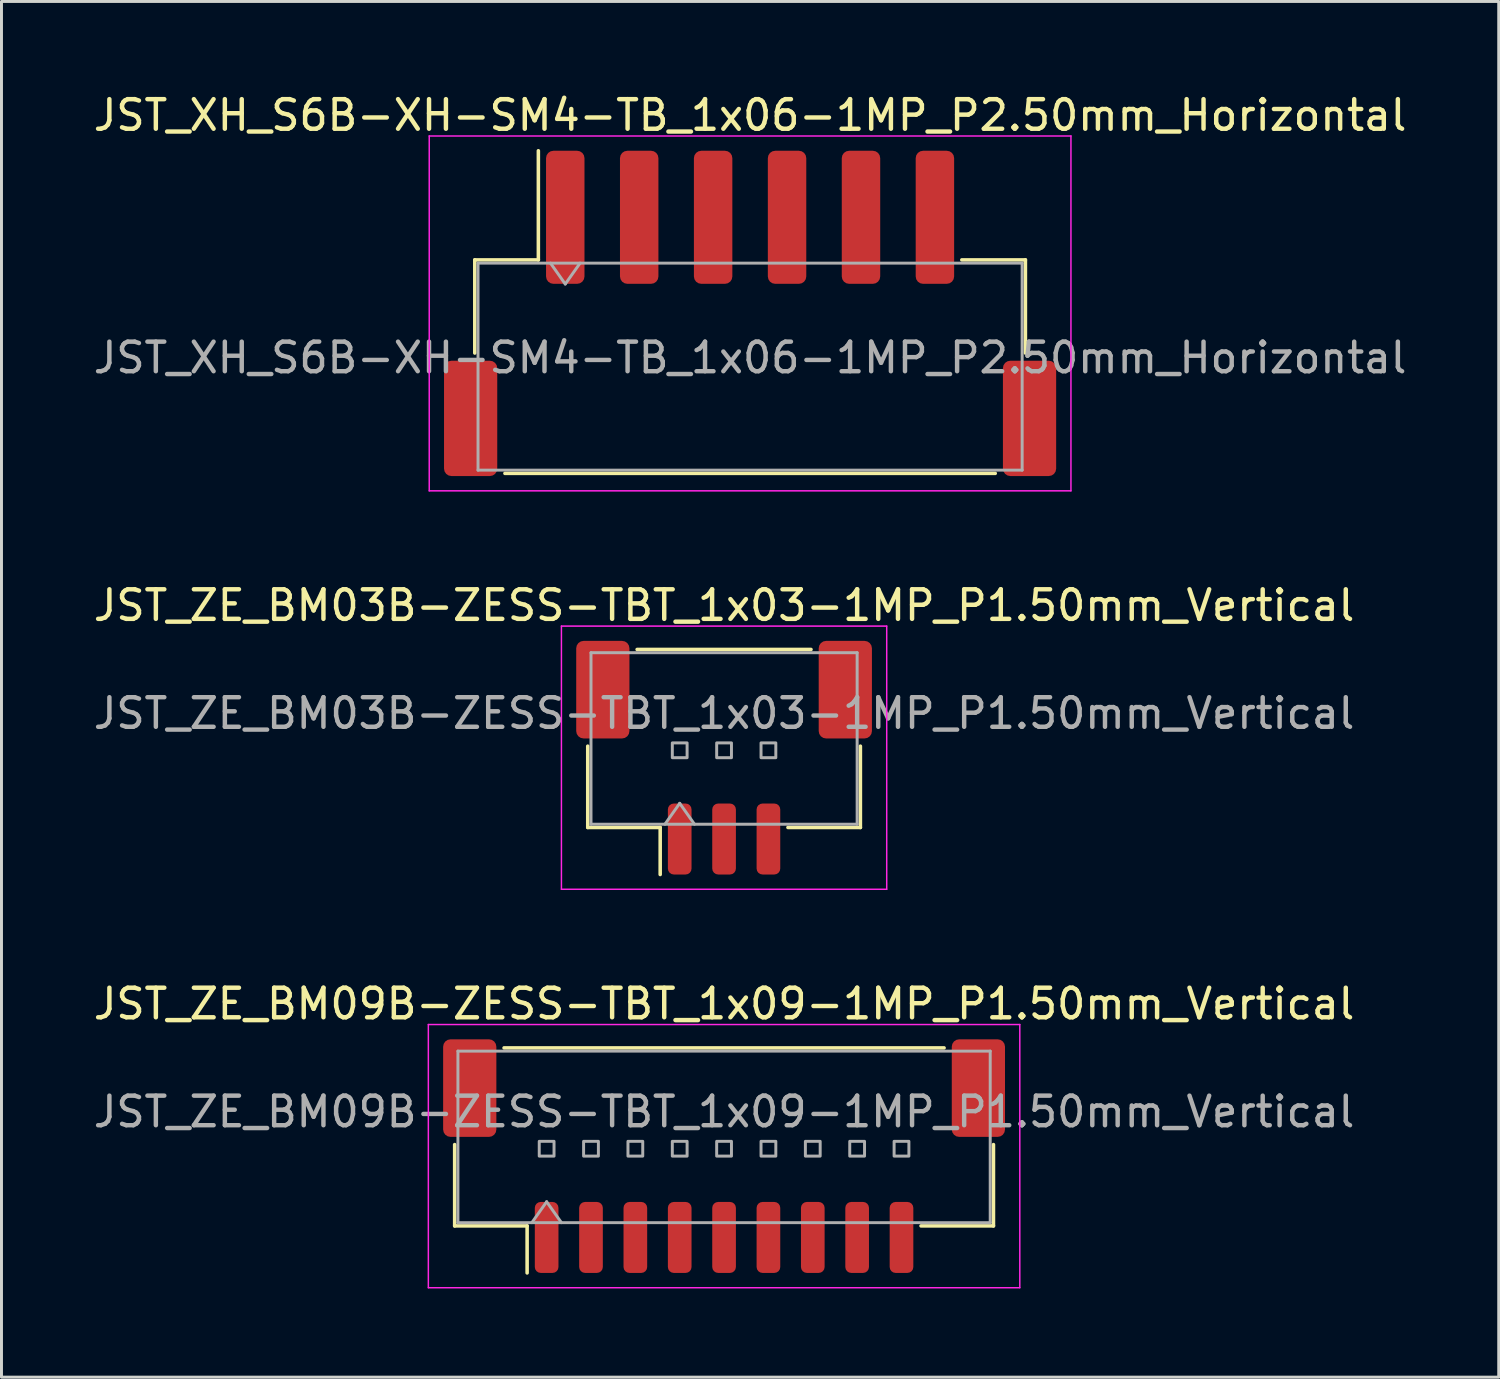
<source format=kicad_pcb>
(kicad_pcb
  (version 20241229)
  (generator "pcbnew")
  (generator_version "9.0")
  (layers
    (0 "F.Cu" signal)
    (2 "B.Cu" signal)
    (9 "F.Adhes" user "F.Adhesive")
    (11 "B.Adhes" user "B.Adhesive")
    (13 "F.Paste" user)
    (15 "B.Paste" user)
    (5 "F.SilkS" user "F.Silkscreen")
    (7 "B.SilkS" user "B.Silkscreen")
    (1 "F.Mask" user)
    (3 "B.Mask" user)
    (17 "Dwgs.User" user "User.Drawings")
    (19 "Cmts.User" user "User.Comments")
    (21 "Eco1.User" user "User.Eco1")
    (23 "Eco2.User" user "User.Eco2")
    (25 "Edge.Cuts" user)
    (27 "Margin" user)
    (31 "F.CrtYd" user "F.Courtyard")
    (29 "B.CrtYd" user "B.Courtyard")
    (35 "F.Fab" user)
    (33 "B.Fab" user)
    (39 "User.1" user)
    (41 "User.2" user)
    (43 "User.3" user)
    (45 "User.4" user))
  (footprint "JST_XH_S6B-XH-SM4-TB_1x06-1MP_P2.50mm_Horizontal"
    (layer "F.Cu")
    (at 22.315 7.548)
    (property "Reference" "JST_XH_S6B-XH-SM4-TB_1x06-1MP_P2.50mm_Horizontal" (at 0 -6.7 0) (layer "F.SilkS") (effects (font (size 1 1) (thickness 0.15))))
    (attr smd)
    (fp_line (start -9.31 -1.81) (end -7.16 -1.81) (stroke (width 0.12) (type solid)) (layer "F.SilkS"))
    (fp_line (start -9.31 1.34) (end -9.31 -1.81) (stroke (width 0.12) (type solid)) (layer "F.SilkS"))
    (fp_line (start -8.29 5.41) (end 8.29 5.41) (stroke (width 0.12) (type solid)) (layer "F.SilkS"))
    (fp_line (start -7.16 -1.81) (end -7.16 -5.5) (stroke (width 0.12) (type solid)) (layer "F.SilkS"))
    (fp_line (start 9.31 -1.81) (end 7.16 -1.81) (stroke (width 0.12) (type solid)) (layer "F.SilkS"))
    (fp_line (start 9.31 1.34) (end 9.31 -1.81) (stroke (width 0.12) (type solid)) (layer "F.SilkS"))
    (fp_line (start -10.85 -6) (end -10.85 6) (stroke (width 0.05) (type solid)) (layer "F.CrtYd"))
    (fp_line (start -10.85 6) (end 10.85 6) (stroke (width 0.05) (type solid)) (layer "F.CrtYd"))
    (fp_line (start 10.85 -6) (end -10.85 -6) (stroke (width 0.05) (type solid)) (layer "F.CrtYd"))
    (fp_line (start 10.85 6) (end 10.85 -6) (stroke (width 0.05) (type solid)) (layer "F.CrtYd"))
    (fp_line (start -9.2 -1.7) (end -9.2 5.3) (stroke (width 0.1) (type solid)) (layer "F.Fab"))
    (fp_line (start -9.2 -1.7) (end 9.2 -1.7) (stroke (width 0.1) (type solid)) (layer "F.Fab"))
    (fp_line (start -9.2 5.3) (end 9.2 5.3) (stroke (width 0.1) (type solid)) (layer "F.Fab"))
    (fp_line (start -6.75 -1.7) (end -6.25 -0.993) (stroke (width 0.1) (type solid)) (layer "F.Fab"))
    (fp_line (start -6.25 -0.993) (end -5.75 -1.7) (stroke (width 0.1) (type solid)) (layer "F.Fab"))
    (fp_line (start 9.2 -1.7) (end 9.2 5.3) (stroke (width 0.1) (type solid)) (layer "F.Fab"))
    (fp_text user "${REFERENCE}" (at 0 1.5 0) (layer "F.Fab") (effects (font (size 1 1) (thickness 0.15))))
    (pad "1" smd roundrect (at -6.25 -3.25) (size 1.3 4.5) (layers "F.Cu" "F.Mask" "F.Paste") (roundrect_rratio 0.192))
    (pad "2" smd roundrect (at -3.75 -3.25) (size 1.3 4.5) (layers "F.Cu" "F.Mask" "F.Paste") (roundrect_rratio 0.192))
    (pad "3" smd roundrect (at -1.25 -3.25) (size 1.3 4.5) (layers "F.Cu" "F.Mask" "F.Paste") (roundrect_rratio 0.192))
    (pad "4" smd roundrect (at 1.25 -3.25) (size 1.3 4.5) (layers "F.Cu" "F.Mask" "F.Paste") (roundrect_rratio 0.192))
    (pad "5" smd roundrect (at 3.75 -3.25) (size 1.3 4.5) (layers "F.Cu" "F.Mask" "F.Paste") (roundrect_rratio 0.192))
    (pad "6" smd roundrect (at 6.25 -3.25) (size 1.3 4.5) (layers "F.Cu" "F.Mask" "F.Paste") (roundrect_rratio 0.192))
    (pad "MP" smd roundrect (at -9.45 3.55) (size 1.8 3.9) (layers "F.Cu" "F.Mask" "F.Paste") (roundrect_rratio 0.139))
    (pad "MP" smd roundrect (at 9.45 3.55) (size 1.8 3.9) (layers "F.Cu" "F.Mask" "F.Paste") (roundrect_rratio 0.139)))
  (footprint "JST_ZE_BM09B-ZESS-TBT_1x09-1MP_P1.50mm_Vertical"
    (layer "F.Cu")
    (at 21.435 36.045)
    (property "Reference" "JST_ZE_BM09B-ZESS-TBT_1x09-1MP_P1.50mm_Vertical" (at 0 -5.15 0) (layer "F.SilkS") (effects (font (size 1 1) (thickness 0.15))))
    (attr smd)
    (fp_line (start -9.11 -0.39) (end -9.11 2.36) (stroke (width 0.12) (type solid)) (layer "F.SilkS"))
    (fp_line (start -9.11 2.36) (end -6.66 2.36) (stroke (width 0.12) (type solid)) (layer "F.SilkS"))
    (fp_line (start -7.44 -3.66) (end 7.44 -3.66) (stroke (width 0.12) (type solid)) (layer "F.SilkS"))
    (fp_line (start -6.66 2.36) (end -6.66 3.95) (stroke (width 0.12) (type solid)) (layer "F.SilkS"))
    (fp_line (start 9.11 -0.39) (end 9.11 2.36) (stroke (width 0.12) (type solid)) (layer "F.SilkS"))
    (fp_line (start 9.11 2.36) (end 6.66 2.36) (stroke (width 0.12) (type solid)) (layer "F.SilkS"))
    (fp_line (start -10 -4.45) (end -10 4.45) (stroke (width 0.05) (type solid)) (layer "F.CrtYd"))
    (fp_line (start -10 4.45) (end 10 4.45) (stroke (width 0.05) (type solid)) (layer "F.CrtYd"))
    (fp_line (start 10 -4.45) (end -10 -4.45) (stroke (width 0.05) (type solid)) (layer "F.CrtYd"))
    (fp_line (start 10 4.45) (end 10 -4.45) (stroke (width 0.05) (type solid)) (layer "F.CrtYd"))
    (fp_line (start -9 -3.55) (end 9 -3.55) (stroke (width 0.1) (type solid)) (layer "F.Fab"))
    (fp_line (start -9 2.25) (end -9 -3.55) (stroke (width 0.1) (type solid)) (layer "F.Fab"))
    (fp_line (start -9 2.25) (end 9 2.25) (stroke (width 0.1) (type solid)) (layer "F.Fab"))
    (fp_line (start -6.5 2.25) (end -6 1.543) (stroke (width 0.1) (type solid)) (layer "F.Fab"))
    (fp_line (start -6 1.543) (end -5.5 2.25) (stroke (width 0.1) (type solid)) (layer "F.Fab"))
    (fp_line (start 9 2.25) (end 9 -3.55) (stroke (width 0.1) (type solid)) (layer "F.Fab"))
    (fp_rect (start -6.25 -0.5) (end -5.75 0) (stroke (width 0.1) (type solid)) (fill no) (layer "F.Fab"))
    (fp_rect (start -4.75 -0.5) (end -4.25 0) (stroke (width 0.1) (type solid)) (fill no) (layer "F.Fab"))
    (fp_rect (start -3.25 -0.5) (end -2.75 0) (stroke (width 0.1) (type solid)) (fill no) (layer "F.Fab"))
    (fp_rect (start -1.75 -0.5) (end -1.25 0) (stroke (width 0.1) (type solid)) (fill no) (layer "F.Fab"))
    (fp_rect (start -0.25 -0.5) (end 0.25 0) (stroke (width 0.1) (type solid)) (fill no) (layer "F.Fab"))
    (fp_rect (start 1.25 -0.5) (end 1.75 0) (stroke (width 0.1) (type solid)) (fill no) (layer "F.Fab"))
    (fp_rect (start 2.75 -0.5) (end 3.25 0) (stroke (width 0.1) (type solid)) (fill no) (layer "F.Fab"))
    (fp_rect (start 4.25 -0.5) (end 4.75 0) (stroke (width 0.1) (type solid)) (fill no) (layer "F.Fab"))
    (fp_rect (start 5.75 -0.5) (end 6.25 0) (stroke (width 0.1) (type solid)) (fill no) (layer "F.Fab"))
    (fp_text user "${REFERENCE}" (at 0 -1.5 0) (layer "F.Fab") (effects (font (size 1 1) (thickness 0.15))))
    (pad "1" smd roundrect (at -6 2.75) (size 0.8 2.4) (layers "F.Cu" "F.Mask" "F.Paste") (roundrect_rratio 0.25))
    (pad "2" smd roundrect (at -4.5 2.75) (size 0.8 2.4) (layers "F.Cu" "F.Mask" "F.Paste") (roundrect_rratio 0.25))
    (pad "3" smd roundrect (at -3 2.75) (size 0.8 2.4) (layers "F.Cu" "F.Mask" "F.Paste") (roundrect_rratio 0.25))
    (pad "4" smd roundrect (at -1.5 2.75) (size 0.8 2.4) (layers "F.Cu" "F.Mask" "F.Paste") (roundrect_rratio 0.25))
    (pad "5" smd roundrect (at 0 2.75) (size 0.8 2.4) (layers "F.Cu" "F.Mask" "F.Paste") (roundrect_rratio 0.25))
    (pad "6" smd roundrect (at 1.5 2.75) (size 0.8 2.4) (layers "F.Cu" "F.Mask" "F.Paste") (roundrect_rratio 0.25))
    (pad "7" smd roundrect (at 3 2.75) (size 0.8 2.4) (layers "F.Cu" "F.Mask" "F.Paste") (roundrect_rratio 0.25))
    (pad "8" smd roundrect (at 4.5 2.75) (size 0.8 2.4) (layers "F.Cu" "F.Mask" "F.Paste") (roundrect_rratio 0.25))
    (pad "9" smd roundrect (at 6 2.75) (size 0.8 2.4) (layers "F.Cu" "F.Mask" "F.Paste") (roundrect_rratio 0.25))
    (pad "MP" smd roundrect (at -8.6 -2.3) (size 1.8 3.3) (layers "F.Cu" "F.Mask" "F.Paste") (roundrect_rratio 0.139))
    (pad "MP" smd roundrect (at 8.6 -2.3) (size 1.8 3.3) (layers "F.Cu" "F.Mask" "F.Paste") (roundrect_rratio 0.139)))
  (footprint "JST_ZE_BM03B-ZESS-TBT_1x03-1MP_P1.50mm_Vertical"
    (layer "F.Cu")
    (at 21.435 22.572)
    (property "Reference" "JST_ZE_BM03B-ZESS-TBT_1x03-1MP_P1.50mm_Vertical" (at 0 -5.15 0) (layer "F.SilkS") (effects (font (size 1 1) (thickness 0.15))))
    (attr smd)
    (fp_line (start -4.61 -0.39) (end -4.61 2.36) (stroke (width 0.12) (type solid)) (layer "F.SilkS"))
    (fp_line (start -4.61 2.36) (end -2.16 2.36) (stroke (width 0.12) (type solid)) (layer "F.SilkS"))
    (fp_line (start -2.94 -3.66) (end 2.94 -3.66) (stroke (width 0.12) (type solid)) (layer "F.SilkS"))
    (fp_line (start -2.16 2.36) (end -2.16 3.95) (stroke (width 0.12) (type solid)) (layer "F.SilkS"))
    (fp_line (start 4.61 -0.39) (end 4.61 2.36) (stroke (width 0.12) (type solid)) (layer "F.SilkS"))
    (fp_line (start 4.61 2.36) (end 2.16 2.36) (stroke (width 0.12) (type solid)) (layer "F.SilkS"))
    (fp_line (start -5.5 -4.45) (end -5.5 4.45) (stroke (width 0.05) (type solid)) (layer "F.CrtYd"))
    (fp_line (start -5.5 4.45) (end 5.5 4.45) (stroke (width 0.05) (type solid)) (layer "F.CrtYd"))
    (fp_line (start 5.5 -4.45) (end -5.5 -4.45) (stroke (width 0.05) (type solid)) (layer "F.CrtYd"))
    (fp_line (start 5.5 4.45) (end 5.5 -4.45) (stroke (width 0.05) (type solid)) (layer "F.CrtYd"))
    (fp_line (start -4.5 -3.55) (end 4.5 -3.55) (stroke (width 0.1) (type solid)) (layer "F.Fab"))
    (fp_line (start -4.5 2.25) (end -4.5 -3.55) (stroke (width 0.1) (type solid)) (layer "F.Fab"))
    (fp_line (start -4.5 2.25) (end 4.5 2.25) (stroke (width 0.1) (type solid)) (layer "F.Fab"))
    (fp_line (start -2 2.25) (end -1.5 1.543) (stroke (width 0.1) (type solid)) (layer "F.Fab"))
    (fp_line (start -1.5 1.543) (end -1 2.25) (stroke (width 0.1) (type solid)) (layer "F.Fab"))
    (fp_line (start 4.5 2.25) (end 4.5 -3.55) (stroke (width 0.1) (type solid)) (layer "F.Fab"))
    (fp_rect (start -1.75 -0.5) (end -1.25 0) (stroke (width 0.1) (type solid)) (fill no) (layer "F.Fab"))
    (fp_rect (start -0.25 -0.5) (end 0.25 0) (stroke (width 0.1) (type solid)) (fill no) (layer "F.Fab"))
    (fp_rect (start 1.25 -0.5) (end 1.75 0) (stroke (width 0.1) (type solid)) (fill no) (layer "F.Fab"))
    (fp_text user "${REFERENCE}" (at 0 -1.5 0) (layer "F.Fab") (effects (font (size 1 1) (thickness 0.15))))
    (pad "1" smd roundrect (at -1.5 2.75) (size 0.8 2.4) (layers "F.Cu" "F.Mask" "F.Paste") (roundrect_rratio 0.25))
    (pad "2" smd roundrect (at 0 2.75) (size 0.8 2.4) (layers "F.Cu" "F.Mask" "F.Paste") (roundrect_rratio 0.25))
    (pad "3" smd roundrect (at 1.5 2.75) (size 0.8 2.4) (layers "F.Cu" "F.Mask" "F.Paste") (roundrect_rratio 0.25))
    (pad "MP" smd roundrect (at -4.1 -2.3) (size 1.8 3.3) (layers "F.Cu" "F.Mask" "F.Paste") (roundrect_rratio 0.139))
    (pad "MP" smd roundrect (at 4.1 -2.3) (size 1.8 3.3) (layers "F.Cu" "F.Mask" "F.Paste") (roundrect_rratio 0.139)))
  (gr_rect
    (start -3 -3)
    (end 47.631 43.52)
    (stroke (width 0.1) (type default))
    (fill no)
    (layer "Edge.Cuts")))
</source>
